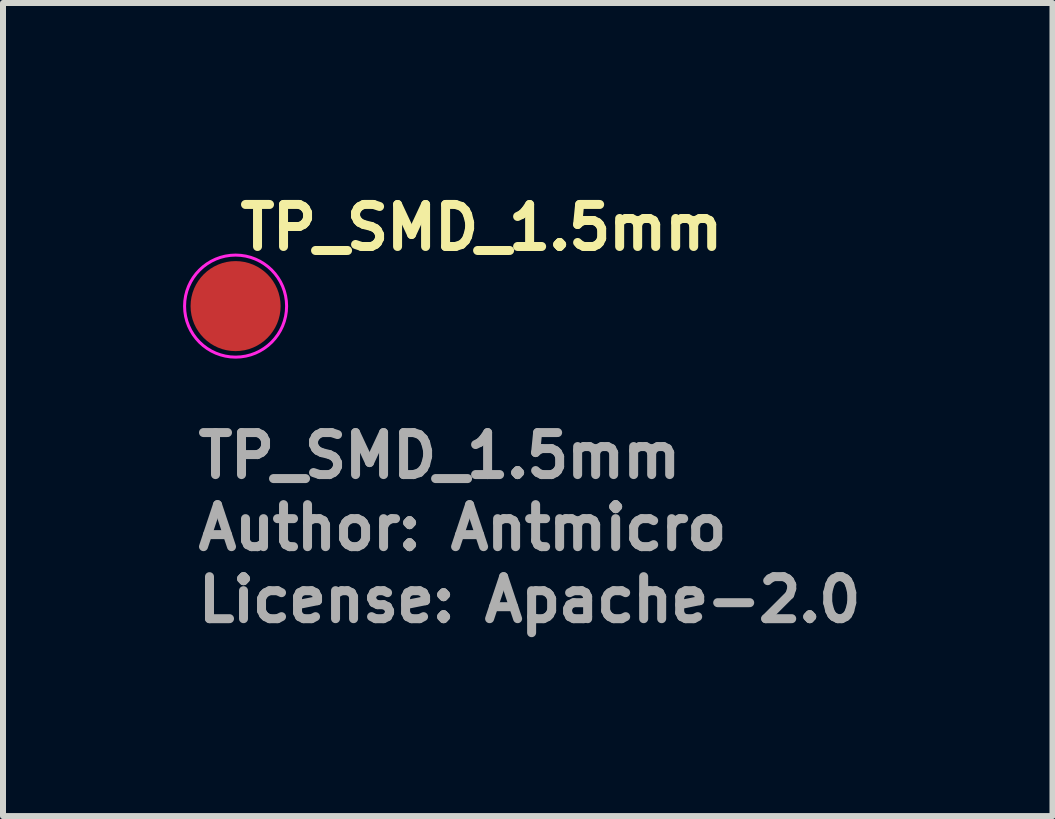
<source format=kicad_pcb>
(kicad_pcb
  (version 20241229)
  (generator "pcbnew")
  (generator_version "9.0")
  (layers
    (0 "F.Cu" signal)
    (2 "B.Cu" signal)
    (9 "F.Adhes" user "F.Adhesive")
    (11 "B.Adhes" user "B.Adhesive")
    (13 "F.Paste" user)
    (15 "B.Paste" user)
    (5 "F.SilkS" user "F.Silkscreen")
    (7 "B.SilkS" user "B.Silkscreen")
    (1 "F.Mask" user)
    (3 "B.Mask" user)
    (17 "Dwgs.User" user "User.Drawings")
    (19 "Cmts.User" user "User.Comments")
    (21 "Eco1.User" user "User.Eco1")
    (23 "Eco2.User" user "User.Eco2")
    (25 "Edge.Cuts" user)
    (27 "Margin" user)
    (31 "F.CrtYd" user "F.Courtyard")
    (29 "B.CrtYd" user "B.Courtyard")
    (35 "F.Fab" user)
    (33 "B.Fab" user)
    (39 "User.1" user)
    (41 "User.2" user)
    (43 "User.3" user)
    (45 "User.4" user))
  (footprint "TP_SMD_1.5mm"
    (layer "F.Cu")
    (at 0.875 2.05)
    (property "Reference" "TP_SMD_1.5mm" (at 0 -0.9 0) (layer "F.SilkS") (effects (font (size 0.7 0.7) (thickness 0.15)) (justify left bottom)))
    (attr exclude_from_pos_files exclude_from_bom)
    (fp_circle (center 0 0) (end 0.85 0) (stroke (width 0.05) (type default)) (fill no) (layer "F.CrtYd"))
    (fp_text user "Author: Antmicro" (at -0.7 4.101 0) (layer "F.Fab") (effects (font (size 0.7 0.7) (thickness 0.15)) (justify left bottom)))
    (fp_text user "${REFERENCE}" (at -0.7 2.9 0) (layer "F.Fab") (effects (font (size 0.7 0.7) (thickness 0.15)) (justify left bottom)))
    (fp_text user "License: Apache-2.0" (at -0.7 5.301 0) (layer "F.Fab") (effects (font (size 0.7 0.7) (thickness 0.15)) (justify left bottom)))
    (pad "1" smd circle (at 0 0 270) (size 1.5 1.5) (layers "F.Cu" "F.Mask")))
  (gr_rect
    (start -3 -3)
    (end 14.485 10.546)
    (stroke (width 0.1) (type default))
    (fill no)
    (layer "Edge.Cuts")))
</source>
